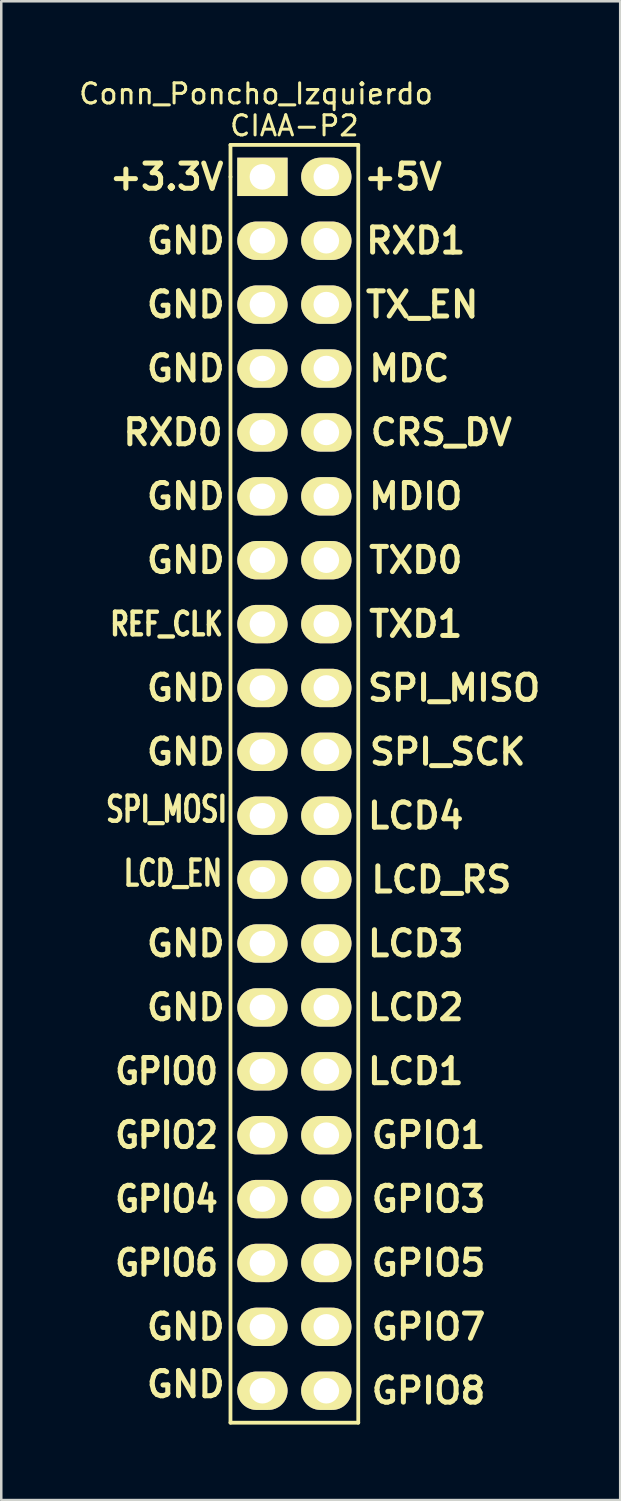
<source format=kicad_pcb>
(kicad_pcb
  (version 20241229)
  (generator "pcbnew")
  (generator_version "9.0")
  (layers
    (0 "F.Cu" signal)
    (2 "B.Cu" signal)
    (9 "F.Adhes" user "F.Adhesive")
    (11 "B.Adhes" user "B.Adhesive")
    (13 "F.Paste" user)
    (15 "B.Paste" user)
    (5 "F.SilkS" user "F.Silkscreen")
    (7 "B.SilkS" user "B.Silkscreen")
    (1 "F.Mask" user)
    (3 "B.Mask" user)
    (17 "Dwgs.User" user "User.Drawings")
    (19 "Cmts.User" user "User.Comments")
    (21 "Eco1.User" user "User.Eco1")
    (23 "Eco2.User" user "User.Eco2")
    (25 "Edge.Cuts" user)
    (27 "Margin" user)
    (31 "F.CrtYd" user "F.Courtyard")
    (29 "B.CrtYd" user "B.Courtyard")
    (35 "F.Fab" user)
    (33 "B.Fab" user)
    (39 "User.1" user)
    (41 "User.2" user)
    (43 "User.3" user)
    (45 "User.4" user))
  (footprint "Conn_Poncho_Izquierdo"
    (layer "F.Cu")
    (at 7.383 3.981)
    (property "Reference" "Conn_Poncho_Izquierdo" (at -0.254 -3.302 0) (layer "F.SilkS") (effects (font (size 0.8 0.8) (thickness 0.12))))
    (attr through_hole)
    (fp_line (start -1.27 -1.27) (end 3.81 -1.27) (stroke (width 0.15) (type solid)) (layer "F.SilkS"))
    (fp_line (start -1.27 0) (end -1.27 -1.27) (stroke (width 0.15) (type solid)) (layer "F.SilkS"))
    (fp_line (start -1.27 49.53) (end -1.27 0) (stroke (width 0.15) (type solid)) (layer "F.SilkS"))
    (fp_line (start 3.81 -1.27) (end 3.81 49.53) (stroke (width 0.15) (type solid)) (layer "F.SilkS"))
    (fp_line (start 3.81 49.53) (end -1.27 49.53) (stroke (width 0.15) (type solid)) (layer "F.SilkS"))
    (fp_text user "GND" (at -3.048 2.54 0) (layer "F.SilkS") (effects (font (size 1 1) (thickness 0.2))))
    (fp_text user "GPIO7" (at 6.604 45.72 0) (layer "F.SilkS") (effects (font (size 1 1) (thickness 0.2))))
    (fp_text user "GPIO4" (at -3.81 40.64 0) (layer "F.SilkS") (effects (font (size 1 0.9) (thickness 0.2))))
    (fp_text user "LCD4" (at 6.096 25.4 0) (layer "F.SilkS") (effects (font (size 1 1) (thickness 0.2))))
    (fp_text user "GND" (at -3.048 48.006 0) (layer "F.SilkS") (effects (font (size 1 1) (thickness 0.2))))
    (fp_text user "GND" (at -3.048 7.62 0) (layer "F.SilkS") (effects (font (size 1 1) (thickness 0.2))))
    (fp_text user "REF_CLK" (at -3.81 17.78 0) (layer "F.SilkS") (effects (font (size 0.9 0.7) (thickness 0.175))))
    (fp_text user "GPIO3" (at 6.604 40.64 0) (layer "F.SilkS") (effects (font (size 1 1) (thickness 0.2))))
    (fp_text user "TX_EN" (at 6.35 5.08 0) (layer "F.SilkS") (effects (font (size 1 1) (thickness 0.2))))
    (fp_text user "TXD0" (at 6.096 15.24 0) (layer "F.SilkS") (effects (font (size 1 1) (thickness 0.2))))
    (fp_text user "LCD2" (at 6.096 33.02 0) (layer "F.SilkS") (effects (font (size 1 1) (thickness 0.2))))
    (fp_text user "GPIO1" (at 6.604 38.1 0) (layer "F.SilkS") (effects (font (size 1 1) (thickness 0.2))))
    (fp_text user "LCD_EN" (at -3.556 27.686 0) (layer "F.SilkS") (effects (font (size 1 0.7) (thickness 0.17))))
    (fp_text user "SPI_MOSI" (at -3.81 25.146 0) (layer "F.SilkS") (effects (font (size 1 0.7) (thickness 0.17))))
    (fp_text user "GPIO2" (at -3.81 38.1 0) (layer "F.SilkS") (effects (font (size 1 0.9) (thickness 0.2))))
    (fp_text user "GND" (at -3.048 15.24 0) (layer "F.SilkS") (effects (font (size 1 1) (thickness 0.2))))
    (fp_text user "GND" (at -3.048 33.02 0) (layer "F.SilkS") (effects (font (size 1 1) (thickness 0.2))))
    (fp_text user "GND" (at -3.048 22.86 0) (layer "F.SilkS") (effects (font (size 1 1) (thickness 0.2))))
    (fp_text user "LCD1" (at 6.096 35.56 0) (layer "F.SilkS") (effects (font (size 1 1) (thickness 0.2))))
    (fp_text user "MDC" (at 5.842 7.62 0) (layer "F.SilkS") (effects (font (size 1 1) (thickness 0.2))))
    (fp_text user "GPIO8" (at 6.604 48.26 0) (layer "F.SilkS") (effects (font (size 1 1) (thickness 0.2))))
    (fp_text user "MDIO" (at 6.096 12.7 0) (layer "F.SilkS") (effects (font (size 1 1) (thickness 0.2))))
    (fp_text user "SPI_SCK" (at 7.366 22.86 0) (layer "F.SilkS") (effects (font (size 1 1) (thickness 0.2))))
    (fp_text user "GND" (at -3.048 5.08 0) (layer "F.SilkS") (effects (font (size 1 1) (thickness 0.2))))
    (fp_text user "TXD1" (at 6.096 17.78 0) (layer "F.SilkS") (effects (font (size 1 1) (thickness 0.2))))
    (fp_text user "CIAA-P2" (at 1.27 -2.032 0) (layer "F.SilkS") (effects (font (size 0.8 0.8) (thickness 0.12))))
    (fp_text user "GPIO6" (at -3.81 43.18 0) (layer "F.SilkS") (effects (font (size 1 0.9) (thickness 0.2))))
    (fp_text user "+3.3V" (at -3.81 0 0) (layer "F.SilkS") (effects (font (size 1 1) (thickness 0.2))))
    (fp_text user "LCD3" (at 6.096 30.48 0) (layer "F.SilkS") (effects (font (size 1 1) (thickness 0.2))))
    (fp_text user "GND" (at -3.048 12.7 0) (layer "F.SilkS") (effects (font (size 1 1) (thickness 0.2))))
    (fp_text user "GND" (at -3.048 20.32 0) (layer "F.SilkS") (effects (font (size 1 1) (thickness 0.2))))
    (fp_text user "RXD1" (at 6.096 2.54 0) (layer "F.SilkS") (effects (font (size 1 1) (thickness 0.2))))
    (fp_text user "GND" (at -3.048 30.48 0) (layer "F.SilkS") (effects (font (size 1 1) (thickness 0.2))))
    (fp_text user "GND" (at -3.048 45.72 0) (layer "F.SilkS") (effects (font (size 1 1) (thickness 0.2))))
    (fp_text user "CRS_DV" (at 7.112 10.16 0) (layer "F.SilkS") (effects (font (size 1 1) (thickness 0.2))))
    (fp_text user "GPIO0" (at -3.81 35.56 0) (layer "F.SilkS") (effects (font (size 1 0.9) (thickness 0.2))))
    (fp_text user "SPI_MISO" (at 7.62 20.32 0) (layer "F.SilkS") (effects (font (size 1 1) (thickness 0.2))))
    (fp_text user "LCD_RS" (at 7.112 27.94 0) (layer "F.SilkS") (effects (font (size 1 1) (thickness 0.2))))
    (fp_text user "RXD0" (at -3.556 10.16 0) (layer "F.SilkS") (effects (font (size 1 1) (thickness 0.2))))
    (fp_text user "+5V" (at 5.588 0 0) (layer "F.SilkS") (effects (font (size 1 1) (thickness 0.2))))
    (fp_text user "GPIO5" (at 6.604 43.18 0) (layer "F.SilkS") (effects (font (size 1 1) (thickness 0.2))))
    (pad "41" thru_hole rect (at 0 0 270) (size 1.524 2) (drill 1.016) (layers "*.Cu" "*.Mask" "F.SilkS"))
    (pad "42" thru_hole oval (at 2.54 0 270) (size 1.524 2) (drill 1.016) (layers "*.Cu" "*.Mask" "F.SilkS"))
    (pad "43" thru_hole oval (at 0 2.54 270) (size 1.524 2) (drill 1.016) (layers "*.Cu" "*.Mask" "F.SilkS"))
    (pad "44" thru_hole oval (at 2.54 2.54 270) (size 1.524 2) (drill 1.016) (layers "*.Cu" "*.Mask" "F.SilkS"))
    (pad "45" thru_hole oval (at 0 5.08 270) (size 1.524 2) (drill 1.016) (layers "*.Cu" "*.Mask" "F.SilkS"))
    (pad "46" thru_hole oval (at 2.54 5.08 270) (size 1.524 2) (drill 1.016) (layers "*.Cu" "*.Mask" "F.SilkS"))
    (pad "47" thru_hole oval (at 0 7.62 270) (size 1.524 2) (drill 1.016) (layers "*.Cu" "*.Mask" "F.SilkS"))
    (pad "48" thru_hole oval (at 2.54 7.62 270) (size 1.524 2) (drill 1.016) (layers "*.Cu" "*.Mask" "F.SilkS"))
    (pad "49" thru_hole oval (at 0 10.16 270) (size 1.524 2) (drill 1.016) (layers "*.Cu" "*.Mask" "F.SilkS"))
    (pad "50" thru_hole oval (at 2.54 10.16 270) (size 1.524 2) (drill 1.016) (layers "*.Cu" "*.Mask" "F.SilkS"))
    (pad "51" thru_hole oval (at 0 12.7 270) (size 1.524 2) (drill 1.016) (layers "*.Cu" "*.Mask" "F.SilkS"))
    (pad "52" thru_hole oval (at 2.54 12.7 270) (size 1.524 2) (drill 1.016) (layers "*.Cu" "*.Mask" "F.SilkS"))
    (pad "53" thru_hole oval (at 0 15.24 270) (size 1.524 2) (drill 1.016) (layers "*.Cu" "*.Mask" "F.SilkS"))
    (pad "54" thru_hole oval (at 2.54 15.24 270) (size 1.524 2) (drill 1.016) (layers "*.Cu" "*.Mask" "F.SilkS"))
    (pad "55" thru_hole oval (at 0 17.78 270) (size 1.524 2) (drill 1.016) (layers "*.Cu" "*.Mask" "F.SilkS"))
    (pad "56" thru_hole oval (at 2.54 17.78 270) (size 1.524 2) (drill 1.016) (layers "*.Cu" "*.Mask" "F.SilkS"))
    (pad "57" thru_hole oval (at 0 20.32 270) (size 1.524 2) (drill 1.016) (layers "*.Cu" "*.Mask" "F.SilkS"))
    (pad "58" thru_hole oval (at 2.54 20.32 270) (size 1.524 2) (drill 1.016) (layers "*.Cu" "*.Mask" "F.SilkS"))
    (pad "59" thru_hole oval (at 0 22.86 270) (size 1.524 2) (drill 1.016) (layers "*.Cu" "*.Mask" "F.SilkS"))
    (pad "60" thru_hole oval (at 2.54 22.86 270) (size 1.524 2) (drill 1.016) (layers "*.Cu" "*.Mask" "F.SilkS"))
    (pad "61" thru_hole oval (at 0 25.4 270) (size 1.524 2) (drill 1.016) (layers "*.Cu" "*.Mask" "F.SilkS"))
    (pad "62" thru_hole oval (at 2.54 25.4 270) (size 1.524 2) (drill 1.016) (layers "*.Cu" "*.Mask" "F.SilkS"))
    (pad "63" thru_hole oval (at 0 27.94 270) (size 1.524 2) (drill 1.016) (layers "*.Cu" "*.Mask" "F.SilkS"))
    (pad "64" thru_hole oval (at 2.54 27.94 270) (size 1.524 2) (drill 1.016) (layers "*.Cu" "*.Mask" "F.SilkS"))
    (pad "65" thru_hole oval (at 0 30.48 270) (size 1.524 2) (drill 1.016) (layers "*.Cu" "*.Mask" "F.SilkS"))
    (pad "66" thru_hole oval (at 2.54 30.48 270) (size 1.524 2) (drill 1.016) (layers "*.Cu" "*.Mask" "F.SilkS"))
    (pad "67" thru_hole oval (at 0 33.02 270) (size 1.524 2) (drill 1.016) (layers "*.Cu" "*.Mask" "F.SilkS"))
    (pad "68" thru_hole oval (at 2.54 33.02 270) (size 1.524 2) (drill 1.016) (layers "*.Cu" "*.Mask" "F.SilkS"))
    (pad "69" thru_hole oval (at 0 35.56 270) (size 1.524 2) (drill 1.016) (layers "*.Cu" "*.Mask" "F.SilkS"))
    (pad "70" thru_hole oval (at 2.54 35.56 270) (size 1.524 2) (drill 1.016) (layers "*.Cu" "*.Mask" "F.SilkS"))
    (pad "71" thru_hole oval (at 0 38.1 270) (size 1.524 2) (drill 1.016) (layers "*.Cu" "*.Mask" "F.SilkS"))
    (pad "72" thru_hole oval (at 2.54 38.1 270) (size 1.524 2) (drill 1.016) (layers "*.Cu" "*.Mask" "F.SilkS"))
    (pad "73" thru_hole oval (at 0 40.64 270) (size 1.524 2) (drill 1.016) (layers "*.Cu" "*.Mask" "F.SilkS"))
    (pad "74" thru_hole oval (at 2.54 40.64 270) (size 1.524 2) (drill 1.016) (layers "*.Cu" "*.Mask" "F.SilkS"))
    (pad "75" thru_hole oval (at 0 43.18 270) (size 1.524 2) (drill 1.016) (layers "*.Cu" "*.Mask" "F.SilkS"))
    (pad "76" thru_hole oval (at 2.54 43.18 270) (size 1.524 2) (drill 1.016) (layers "*.Cu" "*.Mask" "F.SilkS"))
    (pad "77" thru_hole oval (at 0 45.72 270) (size 1.524 2) (drill 1.016) (layers "*.Cu" "*.Mask" "F.SilkS"))
    (pad "78" thru_hole oval (at 2.54 45.72 270) (size 1.524 2) (drill 1.016) (layers "*.Cu" "*.Mask" "F.SilkS"))
    (pad "79" thru_hole oval (at 0 48.26 270) (size 1.524 2) (drill 1.016) (layers "*.Cu" "*.Mask" "F.SilkS"))
    (pad "80" thru_hole oval (at 2.54 48.26 270) (size 1.524 2) (drill 1.016) (layers "*.Cu" "*.Mask" "F.SilkS")))
  (gr_rect
    (start -3 -3)
    (end 21.607 56.586)
    (stroke (width 0.1) (type default))
    (fill no)
    (layer "Edge.Cuts")))
</source>
